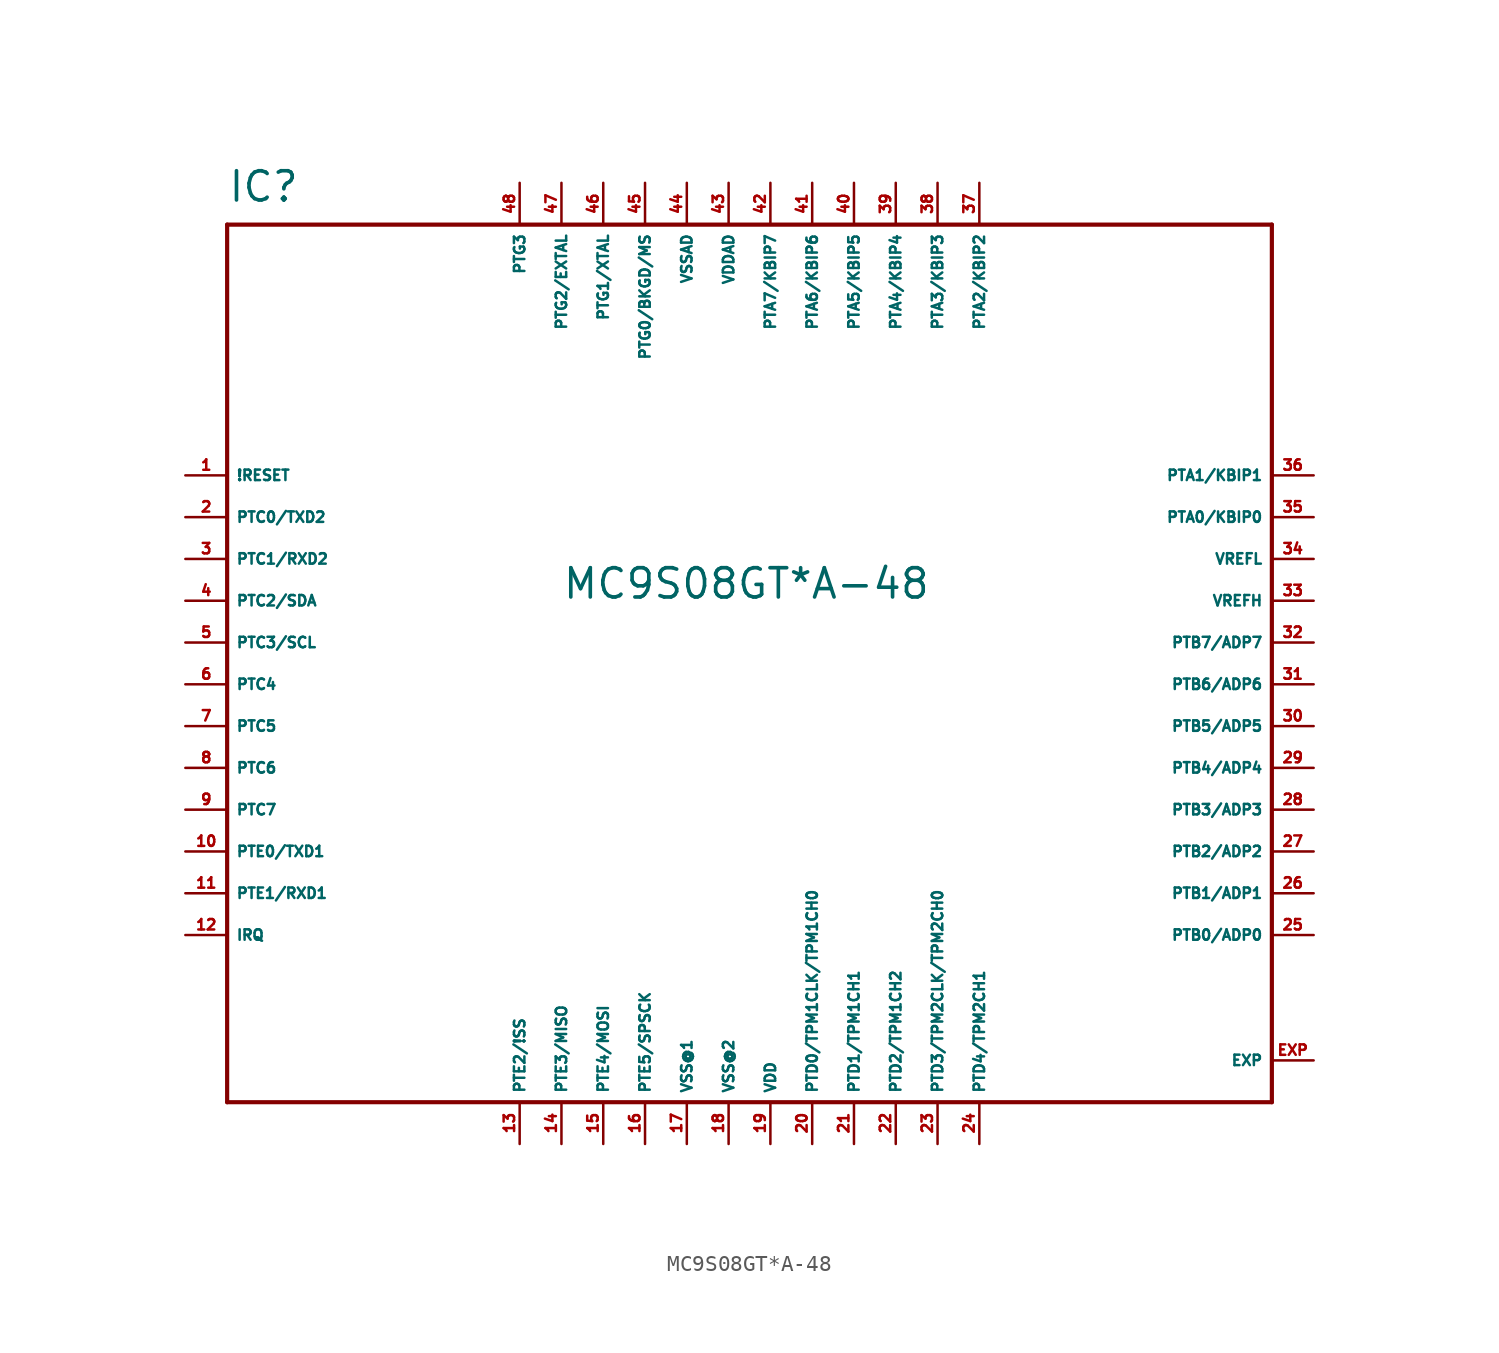
<source format=kicad_sym>
(kicad_symbol_lib
  (version 20220914)
  (generator Eagle2Kicad)
  (symbol "MC9S08GT*A-48"
    (property "Reference" "IC"
      (at -27.94 34.29 0)
      (effects (font (size 1.778 1.778) (thickness 0.22)) (justify left bottom)))
    (property "Value" "MC9S08GT*A-48"
      (at -7.62 10.16 0)
      (effects (font (size 1.778 1.778) (thickness 0.22)) (justify left bottom)))
    (polyline
      (pts (xy -27.94 33.02) (xy 35.56 33.02))
      (stroke (width 0.254) (type default))
      (fill (type none)))
    (polyline
      (pts (xy 35.56 33.02) (xy 35.56 -20.32))
      (stroke (width 0.254) (type default))
      (fill (type none)))
    (polyline
      (pts (xy 35.56 -20.32) (xy -27.94 -20.32))
      (stroke (width 0.254) (type default))
      (fill (type none)))
    (polyline
      (pts (xy -27.94 -20.32) (xy -27.94 33.02))
      (stroke (width 0.254) (type default))
      (fill (type none)))
    (pin input line
      (at -30.48 17.78 0)
      (length 2.54)
      (name "!RESET" (effects (font (size 0.635 0.635) (thickness 0.08)) (justify left bottom)))
      (number "1" (effects (font (size 0.635 0.635) (thickness 0.08)) (justify left bottom))))
    (pin bidirectional line
      (at -30.48 15.24 0)
      (length 2.54)
      (name "PTC0/TXD2" (effects (font (size 0.635 0.635) (thickness 0.08)) (justify left bottom)))
      (number "2" (effects (font (size 0.635 0.635) (thickness 0.08)) (justify left bottom))))
    (pin bidirectional line
      (at -30.48 12.7 0)
      (length 2.54)
      (name "PTC1/RXD2" (effects (font (size 0.635 0.635) (thickness 0.08)) (justify left bottom)))
      (number "3" (effects (font (size 0.635 0.635) (thickness 0.08)) (justify left bottom))))
    (pin bidirectional line
      (at -30.48 10.16 0)
      (length 2.54)
      (name "PTC2/SDA" (effects (font (size 0.635 0.635) (thickness 0.08)) (justify left bottom)))
      (number "4" (effects (font (size 0.635 0.635) (thickness 0.08)) (justify left bottom))))
    (pin bidirectional line
      (at -30.48 7.62 0)
      (length 2.54)
      (name "PTC3/SCL" (effects (font (size 0.635 0.635) (thickness 0.08)) (justify left bottom)))
      (number "5" (effects (font (size 0.635 0.635) (thickness 0.08)) (justify left bottom))))
    (pin bidirectional line
      (at -30.48 5.08 0)
      (length 2.54)
      (name "PTC4" (effects (font (size 0.635 0.635) (thickness 0.08)) (justify left bottom)))
      (number "6" (effects (font (size 0.635 0.635) (thickness 0.08)) (justify left bottom))))
    (pin bidirectional line
      (at -30.48 2.54 0)
      (length 2.54)
      (name "PTC5" (effects (font (size 0.635 0.635) (thickness 0.08)) (justify left bottom)))
      (number "7" (effects (font (size 0.635 0.635) (thickness 0.08)) (justify left bottom))))
    (pin bidirectional line
      (at -30.48 0 0)
      (length 2.54)
      (name "PTC6" (effects (font (size 0.635 0.635) (thickness 0.08)) (justify left bottom)))
      (number "8" (effects (font (size 0.635 0.635) (thickness 0.08)) (justify left bottom))))
    (pin bidirectional line
      (at -30.48 -2.54 0)
      (length 2.54)
      (name "PTC7" (effects (font (size 0.635 0.635) (thickness 0.08)) (justify left bottom)))
      (number "9" (effects (font (size 0.635 0.635) (thickness 0.08)) (justify left bottom))))
    (pin bidirectional line
      (at -30.48 -5.08 0)
      (length 2.54)
      (name "PTE0/TXD1" (effects (font (size 0.635 0.635) (thickness 0.08)) (justify left bottom)))
      (number "10" (effects (font (size 0.635 0.635) (thickness 0.08)) (justify left bottom))))
    (pin bidirectional line
      (at -30.48 -7.62 0)
      (length 2.54)
      (name "PTE1/RXD1" (effects (font (size 0.635 0.635) (thickness 0.08)) (justify left bottom)))
      (number "11" (effects (font (size 0.635 0.635) (thickness 0.08)) (justify left bottom))))
    (pin bidirectional line
      (at -30.48 -10.16 0)
      (length 2.54)
      (name "IRQ" (effects (font (size 0.635 0.635) (thickness 0.08)) (justify left bottom)))
      (number "12" (effects (font (size 0.635 0.635) (thickness 0.08)) (justify left bottom))))
    (pin bidirectional line
      (at -10.16 -22.86 90)
      (length 2.54)
      (name "PTE2/!SS" (effects (font (size 0.635 0.635) (thickness 0.08)) (justify left bottom)))
      (number "13" (effects (font (size 0.635 0.635) (thickness 0.08)) (justify left bottom))))
    (pin bidirectional line
      (at -7.62 -22.86 90)
      (length 2.54)
      (name "PTE3/MISO" (effects (font (size 0.635 0.635) (thickness 0.08)) (justify left bottom)))
      (number "14" (effects (font (size 0.635 0.635) (thickness 0.08)) (justify left bottom))))
    (pin bidirectional line
      (at -5.08 -22.86 90)
      (length 2.54)
      (name "PTE4/MOSI" (effects (font (size 0.635 0.635) (thickness 0.08)) (justify left bottom)))
      (number "15" (effects (font (size 0.635 0.635) (thickness 0.08)) (justify left bottom))))
    (pin bidirectional line
      (at -2.54 -22.86 90)
      (length 2.54)
      (name "PTE5/SPSCK" (effects (font (size 0.635 0.635) (thickness 0.08)) (justify left bottom)))
      (number "16" (effects (font (size 0.635 0.635) (thickness 0.08)) (justify left bottom))))
    (pin unspecified line
      (at 0 -22.86 90)
      (length 2.54)
      (name "VSS@1" (effects (font (size 0.635 0.635) (thickness 0.08)) (justify left bottom)))
      (number "17" (effects (font (size 0.635 0.635) (thickness 0.08)) (justify left bottom))))
    (pin unspecified line
      (at 2.54 -22.86 90)
      (length 2.54)
      (name "VSS@2" (effects (font (size 0.635 0.635) (thickness 0.08)) (justify left bottom)))
      (number "18" (effects (font (size 0.635 0.635) (thickness 0.08)) (justify left bottom))))
    (pin unspecified line
      (at 5.08 -22.86 90)
      (length 2.54)
      (name "VDD" (effects (font (size 0.635 0.635) (thickness 0.08)) (justify left bottom)))
      (number "19" (effects (font (size 0.635 0.635) (thickness 0.08)) (justify left bottom))))
    (pin bidirectional line
      (at 7.62 -22.86 90)
      (length 2.54)
      (name "PTD0/TPM1CLK/TPM1CH0" (effects (font (size 0.635 0.635) (thickness 0.08)) (justify left bottom)))
      (number "20" (effects (font (size 0.635 0.635) (thickness 0.08)) (justify left bottom))))
    (pin bidirectional line
      (at 10.16 -22.86 90)
      (length 2.54)
      (name "PTD1/TPM1CH1" (effects (font (size 0.635 0.635) (thickness 0.08)) (justify left bottom)))
      (number "21" (effects (font (size 0.635 0.635) (thickness 0.08)) (justify left bottom))))
    (pin bidirectional line
      (at 12.7 -22.86 90)
      (length 2.54)
      (name "PTD2/TPM1CH2" (effects (font (size 0.635 0.635) (thickness 0.08)) (justify left bottom)))
      (number "22" (effects (font (size 0.635 0.635) (thickness 0.08)) (justify left bottom))))
    (pin bidirectional line
      (at 15.24 -22.86 90)
      (length 2.54)
      (name "PTD3/TPM2CLK/TPM2CH0" (effects (font (size 0.635 0.635) (thickness 0.08)) (justify left bottom)))
      (number "23" (effects (font (size 0.635 0.635) (thickness 0.08)) (justify left bottom))))
    (pin bidirectional line
      (at 17.78 -22.86 90)
      (length 2.54)
      (name "PTD4/TPM2CH1" (effects (font (size 0.635 0.635) (thickness 0.08)) (justify left bottom)))
      (number "24" (effects (font (size 0.635 0.635) (thickness 0.08)) (justify left bottom))))
    (pin bidirectional line
      (at 38.1 -10.16 180)
      (length 2.54)
      (name "PTB0/ADP0" (effects (font (size 0.635 0.635) (thickness 0.08)) (justify left bottom)))
      (number "25" (effects (font (size 0.635 0.635) (thickness 0.08)) (justify left bottom))))
    (pin bidirectional line
      (at 38.1 -7.62 180)
      (length 2.54)
      (name "PTB1/ADP1" (effects (font (size 0.635 0.635) (thickness 0.08)) (justify left bottom)))
      (number "26" (effects (font (size 0.635 0.635) (thickness 0.08)) (justify left bottom))))
    (pin bidirectional line
      (at 38.1 -5.08 180)
      (length 2.54)
      (name "PTB2/ADP2" (effects (font (size 0.635 0.635) (thickness 0.08)) (justify left bottom)))
      (number "27" (effects (font (size 0.635 0.635) (thickness 0.08)) (justify left bottom))))
    (pin bidirectional line
      (at 38.1 -2.54 180)
      (length 2.54)
      (name "PTB3/ADP3" (effects (font (size 0.635 0.635) (thickness 0.08)) (justify left bottom)))
      (number "28" (effects (font (size 0.635 0.635) (thickness 0.08)) (justify left bottom))))
    (pin bidirectional line
      (at 38.1 0 180)
      (length 2.54)
      (name "PTB4/ADP4" (effects (font (size 0.635 0.635) (thickness 0.08)) (justify left bottom)))
      (number "29" (effects (font (size 0.635 0.635) (thickness 0.08)) (justify left bottom))))
    (pin bidirectional line
      (at 38.1 2.54 180)
      (length 2.54)
      (name "PTB5/ADP5" (effects (font (size 0.635 0.635) (thickness 0.08)) (justify left bottom)))
      (number "30" (effects (font (size 0.635 0.635) (thickness 0.08)) (justify left bottom))))
    (pin bidirectional line
      (at 38.1 5.08 180)
      (length 2.54)
      (name "PTB6/ADP6" (effects (font (size 0.635 0.635) (thickness 0.08)) (justify left bottom)))
      (number "31" (effects (font (size 0.635 0.635) (thickness 0.08)) (justify left bottom))))
    (pin bidirectional line
      (at 38.1 7.62 180)
      (length 2.54)
      (name "PTB7/ADP7" (effects (font (size 0.635 0.635) (thickness 0.08)) (justify left bottom)))
      (number "32" (effects (font (size 0.635 0.635) (thickness 0.08)) (justify left bottom))))
    (pin bidirectional line
      (at 38.1 10.16 180)
      (length 2.54)
      (name "VREFH" (effects (font (size 0.635 0.635) (thickness 0.08)) (justify left bottom)))
      (number "33" (effects (font (size 0.635 0.635) (thickness 0.08)) (justify left bottom))))
    (pin bidirectional line
      (at 38.1 12.7 180)
      (length 2.54)
      (name "VREFL" (effects (font (size 0.635 0.635) (thickness 0.08)) (justify left bottom)))
      (number "34" (effects (font (size 0.635 0.635) (thickness 0.08)) (justify left bottom))))
    (pin bidirectional line
      (at 38.1 15.24 180)
      (length 2.54)
      (name "PTA0/KBIP0" (effects (font (size 0.635 0.635) (thickness 0.08)) (justify left bottom)))
      (number "35" (effects (font (size 0.635 0.635) (thickness 0.08)) (justify left bottom))))
    (pin bidirectional line
      (at 38.1 17.78 180)
      (length 2.54)
      (name "PTA1/KBIP1" (effects (font (size 0.635 0.635) (thickness 0.08)) (justify left bottom)))
      (number "36" (effects (font (size 0.635 0.635) (thickness 0.08)) (justify left bottom))))
    (pin bidirectional line
      (at 17.78 35.56 270)
      (length 2.54)
      (name "PTA2/KBIP2" (effects (font (size 0.635 0.635) (thickness 0.08)) (justify left bottom)))
      (number "37" (effects (font (size 0.635 0.635) (thickness 0.08)) (justify left bottom))))
    (pin bidirectional line
      (at 15.24 35.56 270)
      (length 2.54)
      (name "PTA3/KBIP3" (effects (font (size 0.635 0.635) (thickness 0.08)) (justify left bottom)))
      (number "38" (effects (font (size 0.635 0.635) (thickness 0.08)) (justify left bottom))))
    (pin bidirectional line
      (at 12.7 35.56 270)
      (length 2.54)
      (name "PTA4/KBIP4" (effects (font (size 0.635 0.635) (thickness 0.08)) (justify left bottom)))
      (number "39" (effects (font (size 0.635 0.635) (thickness 0.08)) (justify left bottom))))
    (pin bidirectional line
      (at 10.16 35.56 270)
      (length 2.54)
      (name "PTA5/KBIP5" (effects (font (size 0.635 0.635) (thickness 0.08)) (justify left bottom)))
      (number "40" (effects (font (size 0.635 0.635) (thickness 0.08)) (justify left bottom))))
    (pin bidirectional line
      (at 7.62 35.56 270)
      (length 2.54)
      (name "PTA6/KBIP6" (effects (font (size 0.635 0.635) (thickness 0.08)) (justify left bottom)))
      (number "41" (effects (font (size 0.635 0.635) (thickness 0.08)) (justify left bottom))))
    (pin bidirectional line
      (at 5.08 35.56 270)
      (length 2.54)
      (name "PTA7/KBIP7" (effects (font (size 0.635 0.635) (thickness 0.08)) (justify left bottom)))
      (number "42" (effects (font (size 0.635 0.635) (thickness 0.08)) (justify left bottom))))
    (pin unspecified line
      (at 2.54 35.56 270)
      (length 2.54)
      (name "VDDAD" (effects (font (size 0.635 0.635) (thickness 0.08)) (justify left bottom)))
      (number "43" (effects (font (size 0.635 0.635) (thickness 0.08)) (justify left bottom))))
    (pin unspecified line
      (at 0 35.56 270)
      (length 2.54)
      (name "VSSAD" (effects (font (size 0.635 0.635) (thickness 0.08)) (justify left bottom)))
      (number "44" (effects (font (size 0.635 0.635) (thickness 0.08)) (justify left bottom))))
    (pin bidirectional line
      (at -2.54 35.56 270)
      (length 2.54)
      (name "PTG0/BKGD/MS" (effects (font (size 0.635 0.635) (thickness 0.08)) (justify left bottom)))
      (number "45" (effects (font (size 0.635 0.635) (thickness 0.08)) (justify left bottom))))
    (pin bidirectional line
      (at -5.08 35.56 270)
      (length 2.54)
      (name "PTG1/XTAL" (effects (font (size 0.635 0.635) (thickness 0.08)) (justify left bottom)))
      (number "46" (effects (font (size 0.635 0.635) (thickness 0.08)) (justify left bottom))))
    (pin bidirectional line
      (at -7.62 35.56 270)
      (length 2.54)
      (name "PTG2/EXTAL" (effects (font (size 0.635 0.635) (thickness 0.08)) (justify left bottom)))
      (number "47" (effects (font (size 0.635 0.635) (thickness 0.08)) (justify left bottom))))
    (pin bidirectional line
      (at -10.16 35.56 270)
      (length 2.54)
      (name "PTG3" (effects (font (size 0.635 0.635) (thickness 0.08)) (justify left bottom)))
      (number "48" (effects (font (size 0.635 0.635) (thickness 0.08)) (justify left bottom))))
    (pin passive line
      (at 38.1 -17.78 180)
      (length 2.54)
      (name "EXP" (effects (font (size 0.635 0.635) (thickness 0.08)) (justify left bottom)))
      (number "EXP" (effects (font (size 0.635 0.635) (thickness 0.08)) (justify left bottom))))))
</source>
